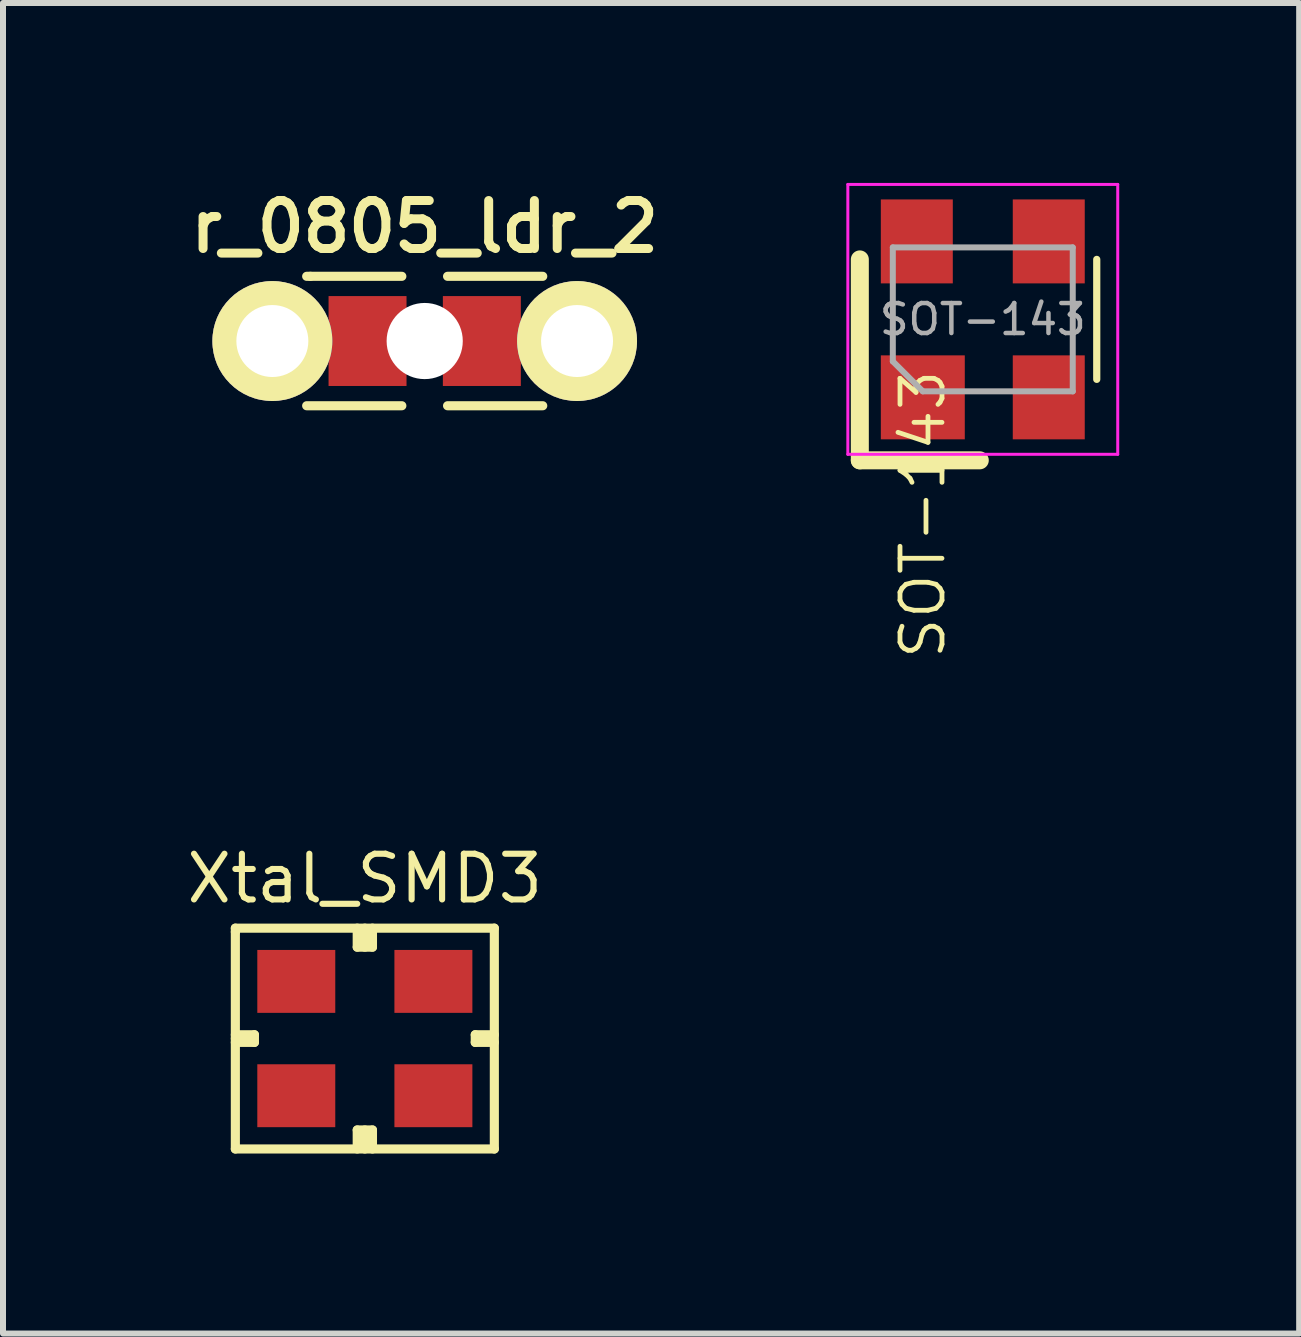
<source format=kicad_pcb>
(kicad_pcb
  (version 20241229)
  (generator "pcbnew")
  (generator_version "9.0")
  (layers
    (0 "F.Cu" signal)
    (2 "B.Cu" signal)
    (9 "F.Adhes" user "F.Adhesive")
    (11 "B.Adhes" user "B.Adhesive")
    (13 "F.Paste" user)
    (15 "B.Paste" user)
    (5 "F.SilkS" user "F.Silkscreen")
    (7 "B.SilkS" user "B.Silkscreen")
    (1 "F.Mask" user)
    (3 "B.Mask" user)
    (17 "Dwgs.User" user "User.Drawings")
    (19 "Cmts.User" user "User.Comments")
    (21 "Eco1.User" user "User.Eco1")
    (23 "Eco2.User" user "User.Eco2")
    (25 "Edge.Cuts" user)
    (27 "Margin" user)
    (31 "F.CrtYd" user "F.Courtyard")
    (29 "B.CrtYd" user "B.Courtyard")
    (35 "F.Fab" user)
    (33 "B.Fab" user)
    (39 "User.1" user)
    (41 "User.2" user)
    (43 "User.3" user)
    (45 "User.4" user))
  (footprint "SOT-143"
    (layer "F.Cu")
    (at 13.336 2.275)
    (property "Reference" "SOT-143" (at -1 3.25 90) (layer "F.SilkS") (effects (font (size 0.7 0.7) (thickness 0.08))))
    (attr smd)
    (fp_line (start -2.05 -1) (end -2.05 2.35) (stroke (width 0.3) (type solid)) (layer "F.SilkS"))
    (fp_line (start -2.05 2.35) (end -0.05 2.35) (stroke (width 0.3) (type solid)) (layer "F.SilkS"))
    (fp_line (start 1.9 1) (end 1.9 -1) (stroke (width 0.12) (type solid)) (layer "F.SilkS"))
    (fp_line (start -2.25 -2.25) (end -2.25 2.25) (stroke (width 0.05) (type solid)) (layer "F.CrtYd"))
    (fp_line (start -2.25 -2.25) (end 2.25 -2.25) (stroke (width 0.05) (type solid)) (layer "F.CrtYd"))
    (fp_line (start 2.25 2.25) (end -2.25 2.25) (stroke (width 0.05) (type solid)) (layer "F.CrtYd"))
    (fp_line (start 2.25 2.25) (end 2.25 -2.25) (stroke (width 0.05) (type solid)) (layer "F.CrtYd"))
    (fp_line (start -1.5 -1.2) (end 1.5 -1.2) (stroke (width 0.1) (type solid)) (layer "F.Fab"))
    (fp_line (start -1.5 0.7) (end -1.5 -1.2) (stroke (width 0.1) (type solid)) (layer "F.Fab"))
    (fp_line (start -1 1.2) (end -1.5 0.7) (stroke (width 0.1) (type solid)) (layer "F.Fab"))
    (fp_line (start 1.5 -1.2) (end 1.5 1.2) (stroke (width 0.1) (type solid)) (layer "F.Fab"))
    (fp_line (start 1.5 1.2) (end -1 1.2) (stroke (width 0.1) (type solid)) (layer "F.Fab"))
    (fp_text user "${REFERENCE}" (at 0 0 180) (layer "F.Fab") (effects (font (size 0.5 0.5) (thickness 0.075))))
    (pad "1" smd rect (at -1 1.3) (size 1.4 1.4) (layers "F.Cu" "F.Mask" "F.Paste"))
    (pad "2" smd rect (at 1.1 1.3) (size 1.2 1.4) (layers "F.Cu" "F.Mask" "F.Paste"))
    (pad "3" smd rect (at 1.1 -1.3) (size 1.2 1.4) (layers "F.Cu" "F.Mask" "F.Paste"))
    (pad "4" smd rect (at -1.1 -1.3) (size 1.2 1.4) (layers "F.Cu" "F.Mask" "F.Paste")))
  (footprint "Xtal_SMD3"
    (layer "F.Cu")
    (at 3.033 14.266)
    (property "Reference" "Xtal_SMD3" (at 0 -2.667 0) (layer "F.SilkS") (effects (font (size 0.762 0.762) (thickness 0.102))))
    (attr smd)
    (fp_line (start -2.159 -1.841) (end 2.159 -1.841) (stroke (width 0.152) (type solid)) (layer "F.SilkS"))
    (fp_line (start -2.159 -1.778) (end -2.159 -1.841) (stroke (width 0.152) (type solid)) (layer "F.SilkS"))
    (fp_line (start -2.159 -0.064) (end -1.841 -0.064) (stroke (width 0.152) (type solid)) (layer "F.SilkS"))
    (fp_line (start -2.159 0) (end -2.159 -1.778) (stroke (width 0.152) (type solid)) (layer "F.SilkS"))
    (fp_line (start -2.159 1.841) (end -2.159 0) (stroke (width 0.152) (type solid)) (layer "F.SilkS"))
    (fp_line (start -1.841 -0.064) (end -1.841 0.064) (stroke (width 0.152) (type solid)) (layer "F.SilkS"))
    (fp_line (start -1.841 0.064) (end -2.159 0.064) (stroke (width 0.152) (type solid)) (layer "F.SilkS"))
    (fp_line (start -0.127 -1.524) (end -0.127 -1.841) (stroke (width 0.152) (type solid)) (layer "F.SilkS"))
    (fp_line (start -0.127 1.524) (end 0.127 1.524) (stroke (width 0.152) (type solid)) (layer "F.SilkS"))
    (fp_line (start -0.127 1.841) (end -0.127 1.524) (stroke (width 0.152) (type solid)) (layer "F.SilkS"))
    (fp_line (start 0 -1.524) (end 0 -1.841) (stroke (width 0.152) (type solid)) (layer "F.SilkS"))
    (fp_line (start 0 1.524) (end 0 1.841) (stroke (width 0.152) (type solid)) (layer "F.SilkS"))
    (fp_line (start 0.127 -1.841) (end 0.127 -1.524) (stroke (width 0.152) (type solid)) (layer "F.SilkS"))
    (fp_line (start 0.127 -1.524) (end -0.127 -1.524) (stroke (width 0.152) (type solid)) (layer "F.SilkS"))
    (fp_line (start 0.127 1.524) (end 0.127 1.841) (stroke (width 0.152) (type solid)) (layer "F.SilkS"))
    (fp_line (start 1.841 -0.064) (end 1.841 0.064) (stroke (width 0.152) (type solid)) (layer "F.SilkS"))
    (fp_line (start 1.841 0.064) (end 2.159 0.064) (stroke (width 0.152) (type solid)) (layer "F.SilkS"))
    (fp_line (start 2.159 -1.841) (end 2.159 1.841) (stroke (width 0.152) (type solid)) (layer "F.SilkS"))
    (fp_line (start 2.159 -0.064) (end 1.841 -0.064) (stroke (width 0.152) (type solid)) (layer "F.SilkS"))
    (fp_line (start 2.159 1.841) (end -2.159 1.841) (stroke (width 0.152) (type solid)) (layer "F.SilkS"))
    (pad "1" smd rect (at -1.143 0.953) (size 1.3 1.049) (layers "F.Cu" "F.Mask" "F.Paste"))
    (pad "2" smd rect (at 1.143 -0.953) (size 1.3 1.049) (layers "F.Cu" "F.Mask" "F.Paste"))
    (pad "3" smd rect (at -1.143 -0.953) (size 1.3 1.049) (layers "F.Cu" "F.Mask" "F.Paste"))
    (pad "3" smd rect (at 1.143 0.953) (size 1.3 1.049) (layers "F.Cu" "F.Mask" "F.Paste")))
  (footprint "r_0805_ldr_2"
    (layer "F.Cu")
    (at 4.031 2.636)
    (property "Reference" "r_0805_ldr_2" (at 0 -1.905 180) (layer "F.SilkS") (effects (font (size 0.8 0.8) (thickness 0.15))))
    (attr smd)
    (fp_line (start -1.968 1.079) (end -0.381 1.079) (stroke (width 0.152) (type solid)) (layer "F.SilkS"))
    (fp_line (start -1.905 -1.079) (end -1.968 -1.079) (stroke (width 0.152) (type solid)) (layer "F.SilkS"))
    (fp_line (start -0.381 -1.079) (end -1.905 -1.079) (stroke (width 0.152) (type solid)) (layer "F.SilkS"))
    (fp_line (start 0.381 1.079) (end 1.968 1.079) (stroke (width 0.152) (type solid)) (layer "F.SilkS"))
    (fp_line (start 1.968 -1.079) (end 0.381 -1.079) (stroke (width 0.152) (type solid)) (layer "F.SilkS"))
    (pad "" np_thru_hole circle (at 0 0) (size 1.27 1.27) (drill 1.27) (layers "*.Cu" "*.Mask"))
    (pad "1" smd rect (at 0.953 0) (size 1.3 1.499) (layers "F.Cu" "F.Mask" "F.Paste"))
    (pad "1" thru_hole circle (at 2.54 0) (size 2 2) (drill 1.2) (layers "*.Cu" "*.Mask" "F.SilkS"))
    (pad "2" thru_hole circle (at -2.54 0) (size 2 2) (drill 1.2) (layers "*.Cu" "*.Mask" "F.SilkS"))
    (pad "2" smd rect (at -0.953 0) (size 1.3 1.499) (layers "F.Cu" "F.Mask" "F.Paste")))
  (gr_rect
    (start -3 -3)
    (end 18.611 19.184)
    (stroke (width 0.1) (type default))
    (fill no)
    (layer "Edge.Cuts")))
</source>
